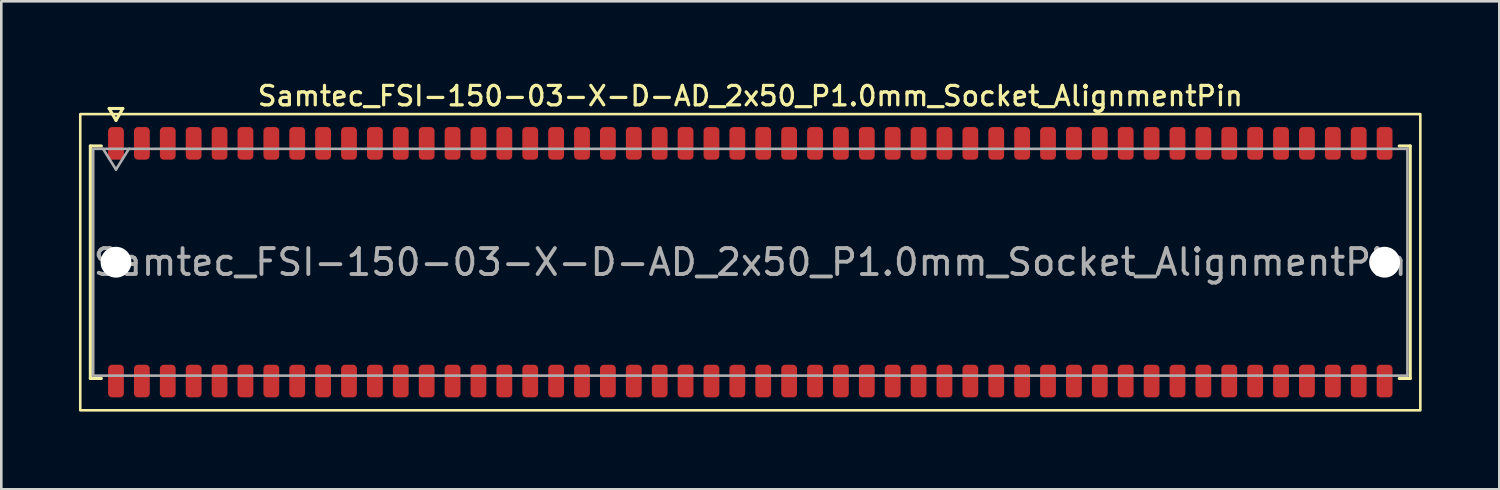
<source format=kicad_pcb>
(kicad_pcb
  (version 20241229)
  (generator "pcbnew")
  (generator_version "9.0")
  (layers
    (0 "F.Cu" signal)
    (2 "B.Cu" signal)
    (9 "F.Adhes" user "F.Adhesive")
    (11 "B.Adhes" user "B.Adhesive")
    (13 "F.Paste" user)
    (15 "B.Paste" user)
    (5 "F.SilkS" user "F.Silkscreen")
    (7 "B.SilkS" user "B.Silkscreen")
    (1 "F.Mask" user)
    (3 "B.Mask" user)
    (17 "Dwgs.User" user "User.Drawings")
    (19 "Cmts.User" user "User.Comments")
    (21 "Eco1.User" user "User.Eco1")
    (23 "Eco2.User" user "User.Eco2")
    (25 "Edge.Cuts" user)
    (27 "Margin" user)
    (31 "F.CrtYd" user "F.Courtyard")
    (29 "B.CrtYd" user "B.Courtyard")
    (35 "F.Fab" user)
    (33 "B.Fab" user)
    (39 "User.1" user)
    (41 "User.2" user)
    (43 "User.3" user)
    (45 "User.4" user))
  (footprint "Samtec_FSI-150-03-X-D-AD_2x50_P1.0mm_Socket_AlignmentPin"
    (layer "F.Cu")
    (at 25.93 7.078)
    (property "Reference" "Samtec_FSI-150-03-X-D-AD_2x50_P1.0mm_Socket_AlignmentPin" (at 0 -6.42 0) (layer "F.SilkS") (effects (font (size 0.75 0.75) (thickness 0.125))))
    (attr smd)
    (fp_line (start -25.49 -4.49) (end -25.065 -4.49) (stroke (width 0.12) (type solid)) (layer "F.SilkS"))
    (fp_line (start -25.49 4.49) (end -25.49 -4.49) (stroke (width 0.12) (type solid)) (layer "F.SilkS"))
    (fp_line (start -25.065 4.49) (end -25.49 4.49) (stroke (width 0.12) (type solid)) (layer "F.SilkS"))
    (fp_line (start -24.764 -5.938) (end -24.5 -5.48) (stroke (width 0.12) (type solid)) (layer "F.SilkS"))
    (fp_line (start -24.5 -5.48) (end -24.236 -5.938) (stroke (width 0.12) (type solid)) (layer "F.SilkS"))
    (fp_line (start -24.236 -5.938) (end -24.764 -5.938) (stroke (width 0.12) (type solid)) (layer "F.SilkS"))
    (fp_line (start 25.065 -4.49) (end 25.49 -4.49) (stroke (width 0.12) (type solid)) (layer "F.SilkS"))
    (fp_line (start 25.49 -4.49) (end 25.49 4.49) (stroke (width 0.12) (type solid)) (layer "F.SilkS"))
    (fp_line (start 25.49 4.49) (end 25.065 4.49) (stroke (width 0.12) (type solid)) (layer "F.SilkS"))
    (fp_rect (start -25.88 -5.72) (end 25.88 5.72) (stroke (width 0.1) (type solid)) (fill no) (layer "F.SilkS"))
    (fp_line (start -25.38 -4.38) (end 25.38 -4.38) (stroke (width 0.1) (type solid)) (layer "F.Fab"))
    (fp_line (start -25.38 4.38) (end -25.38 -4.38) (stroke (width 0.1) (type solid)) (layer "F.Fab"))
    (fp_line (start -25 -4.38) (end -24.5 -3.58) (stroke (width 0.1) (type solid)) (layer "F.Fab"))
    (fp_line (start -24.5 -3.58) (end -24 -4.38) (stroke (width 0.1) (type solid)) (layer "F.Fab"))
    (fp_line (start 25.38 -4.38) (end 25.38 4.38) (stroke (width 0.1) (type solid)) (layer "F.Fab"))
    (fp_line (start 25.38 4.38) (end -25.38 4.38) (stroke (width 0.1) (type solid)) (layer "F.Fab"))
    (fp_text user "${REFERENCE}" (at 0 0 0) (layer "F.Fab") (effects (font (size 1 1) (thickness 0.15))))
    (pad "" np_thru_hole circle (at -24.5 0) (size 1.19 1.19) (drill 1.19) (layers "*.Cu" "*.Mask"))
    (pad "" np_thru_hole circle (at 24.5 0) (size 1.19 1.19) (drill 1.19) (layers "*.Cu" "*.Mask"))
    (pad "1" smd roundrect (at -24.5 -4.59) (size 0.61 1.26) (layers "F.Cu" "F.Mask" "F.Paste") (roundrect_rratio 0.25))
    (pad "2" smd roundrect (at -24.5 4.59) (size 0.61 1.26) (layers "F.Cu" "F.Mask" "F.Paste") (roundrect_rratio 0.25))
    (pad "3" smd roundrect (at -23.5 -4.59) (size 0.61 1.26) (layers "F.Cu" "F.Mask" "F.Paste") (roundrect_rratio 0.25))
    (pad "4" smd roundrect (at -23.5 4.59) (size 0.61 1.26) (layers "F.Cu" "F.Mask" "F.Paste") (roundrect_rratio 0.25))
    (pad "5" smd roundrect (at -22.5 -4.59) (size 0.61 1.26) (layers "F.Cu" "F.Mask" "F.Paste") (roundrect_rratio 0.25))
    (pad "6" smd roundrect (at -22.5 4.59) (size 0.61 1.26) (layers "F.Cu" "F.Mask" "F.Paste") (roundrect_rratio 0.25))
    (pad "7" smd roundrect (at -21.5 -4.59) (size 0.61 1.26) (layers "F.Cu" "F.Mask" "F.Paste") (roundrect_rratio 0.25))
    (pad "8" smd roundrect (at -21.5 4.59) (size 0.61 1.26) (layers "F.Cu" "F.Mask" "F.Paste") (roundrect_rratio 0.25))
    (pad "9" smd roundrect (at -20.5 -4.59) (size 0.61 1.26) (layers "F.Cu" "F.Mask" "F.Paste") (roundrect_rratio 0.25))
    (pad "10" smd roundrect (at -20.5 4.59) (size 0.61 1.26) (layers "F.Cu" "F.Mask" "F.Paste") (roundrect_rratio 0.25))
    (pad "11" smd roundrect (at -19.5 -4.59) (size 0.61 1.26) (layers "F.Cu" "F.Mask" "F.Paste") (roundrect_rratio 0.25))
    (pad "12" smd roundrect (at -19.5 4.59) (size 0.61 1.26) (layers "F.Cu" "F.Mask" "F.Paste") (roundrect_rratio 0.25))
    (pad "13" smd roundrect (at -18.5 -4.59) (size 0.61 1.26) (layers "F.Cu" "F.Mask" "F.Paste") (roundrect_rratio 0.25))
    (pad "14" smd roundrect (at -18.5 4.59) (size 0.61 1.26) (layers "F.Cu" "F.Mask" "F.Paste") (roundrect_rratio 0.25))
    (pad "15" smd roundrect (at -17.5 -4.59) (size 0.61 1.26) (layers "F.Cu" "F.Mask" "F.Paste") (roundrect_rratio 0.25))
    (pad "16" smd roundrect (at -17.5 4.59) (size 0.61 1.26) (layers "F.Cu" "F.Mask" "F.Paste") (roundrect_rratio 0.25))
    (pad "17" smd roundrect (at -16.5 -4.59) (size 0.61 1.26) (layers "F.Cu" "F.Mask" "F.Paste") (roundrect_rratio 0.25))
    (pad "18" smd roundrect (at -16.5 4.59) (size 0.61 1.26) (layers "F.Cu" "F.Mask" "F.Paste") (roundrect_rratio 0.25))
    (pad "19" smd roundrect (at -15.5 -4.59) (size 0.61 1.26) (layers "F.Cu" "F.Mask" "F.Paste") (roundrect_rratio 0.25))
    (pad "20" smd roundrect (at -15.5 4.59) (size 0.61 1.26) (layers "F.Cu" "F.Mask" "F.Paste") (roundrect_rratio 0.25))
    (pad "21" smd roundrect (at -14.5 -4.59) (size 0.61 1.26) (layers "F.Cu" "F.Mask" "F.Paste") (roundrect_rratio 0.25))
    (pad "22" smd roundrect (at -14.5 4.59) (size 0.61 1.26) (layers "F.Cu" "F.Mask" "F.Paste") (roundrect_rratio 0.25))
    (pad "23" smd roundrect (at -13.5 -4.59) (size 0.61 1.26) (layers "F.Cu" "F.Mask" "F.Paste") (roundrect_rratio 0.25))
    (pad "24" smd roundrect (at -13.5 4.59) (size 0.61 1.26) (layers "F.Cu" "F.Mask" "F.Paste") (roundrect_rratio 0.25))
    (pad "25" smd roundrect (at -12.5 -4.59) (size 0.61 1.26) (layers "F.Cu" "F.Mask" "F.Paste") (roundrect_rratio 0.25))
    (pad "26" smd roundrect (at -12.5 4.59) (size 0.61 1.26) (layers "F.Cu" "F.Mask" "F.Paste") (roundrect_rratio 0.25))
    (pad "27" smd roundrect (at -11.5 -4.59) (size 0.61 1.26) (layers "F.Cu" "F.Mask" "F.Paste") (roundrect_rratio 0.25))
    (pad "28" smd roundrect (at -11.5 4.59) (size 0.61 1.26) (layers "F.Cu" "F.Mask" "F.Paste") (roundrect_rratio 0.25))
    (pad "29" smd roundrect (at -10.5 -4.59) (size 0.61 1.26) (layers "F.Cu" "F.Mask" "F.Paste") (roundrect_rratio 0.25))
    (pad "30" smd roundrect (at -10.5 4.59) (size 0.61 1.26) (layers "F.Cu" "F.Mask" "F.Paste") (roundrect_rratio 0.25))
    (pad "31" smd roundrect (at -9.5 -4.59) (size 0.61 1.26) (layers "F.Cu" "F.Mask" "F.Paste") (roundrect_rratio 0.25))
    (pad "32" smd roundrect (at -9.5 4.59) (size 0.61 1.26) (layers "F.Cu" "F.Mask" "F.Paste") (roundrect_rratio 0.25))
    (pad "33" smd roundrect (at -8.5 -4.59) (size 0.61 1.26) (layers "F.Cu" "F.Mask" "F.Paste") (roundrect_rratio 0.25))
    (pad "34" smd roundrect (at -8.5 4.59) (size 0.61 1.26) (layers "F.Cu" "F.Mask" "F.Paste") (roundrect_rratio 0.25))
    (pad "35" smd roundrect (at -7.5 -4.59) (size 0.61 1.26) (layers "F.Cu" "F.Mask" "F.Paste") (roundrect_rratio 0.25))
    (pad "36" smd roundrect (at -7.5 4.59) (size 0.61 1.26) (layers "F.Cu" "F.Mask" "F.Paste") (roundrect_rratio 0.25))
    (pad "37" smd roundrect (at -6.5 -4.59) (size 0.61 1.26) (layers "F.Cu" "F.Mask" "F.Paste") (roundrect_rratio 0.25))
    (pad "38" smd roundrect (at -6.5 4.59) (size 0.61 1.26) (layers "F.Cu" "F.Mask" "F.Paste") (roundrect_rratio 0.25))
    (pad "39" smd roundrect (at -5.5 -4.59) (size 0.61 1.26) (layers "F.Cu" "F.Mask" "F.Paste") (roundrect_rratio 0.25))
    (pad "40" smd roundrect (at -5.5 4.59) (size 0.61 1.26) (layers "F.Cu" "F.Mask" "F.Paste") (roundrect_rratio 0.25))
    (pad "41" smd roundrect (at -4.5 -4.59) (size 0.61 1.26) (layers "F.Cu" "F.Mask" "F.Paste") (roundrect_rratio 0.25))
    (pad "42" smd roundrect (at -4.5 4.59) (size 0.61 1.26) (layers "F.Cu" "F.Mask" "F.Paste") (roundrect_rratio 0.25))
    (pad "43" smd roundrect (at -3.5 -4.59) (size 0.61 1.26) (layers "F.Cu" "F.Mask" "F.Paste") (roundrect_rratio 0.25))
    (pad "44" smd roundrect (at -3.5 4.59) (size 0.61 1.26) (layers "F.Cu" "F.Mask" "F.Paste") (roundrect_rratio 0.25))
    (pad "45" smd roundrect (at -2.5 -4.59) (size 0.61 1.26) (layers "F.Cu" "F.Mask" "F.Paste") (roundrect_rratio 0.25))
    (pad "46" smd roundrect (at -2.5 4.59) (size 0.61 1.26) (layers "F.Cu" "F.Mask" "F.Paste") (roundrect_rratio 0.25))
    (pad "47" smd roundrect (at -1.5 -4.59) (size 0.61 1.26) (layers "F.Cu" "F.Mask" "F.Paste") (roundrect_rratio 0.25))
    (pad "48" smd roundrect (at -1.5 4.59) (size 0.61 1.26) (layers "F.Cu" "F.Mask" "F.Paste") (roundrect_rratio 0.25))
    (pad "49" smd roundrect (at -0.5 -4.59) (size 0.61 1.26) (layers "F.Cu" "F.Mask" "F.Paste") (roundrect_rratio 0.25))
    (pad "50" smd roundrect (at -0.5 4.59) (size 0.61 1.26) (layers "F.Cu" "F.Mask" "F.Paste") (roundrect_rratio 0.25))
    (pad "51" smd roundrect (at 0.5 -4.59) (size 0.61 1.26) (layers "F.Cu" "F.Mask" "F.Paste") (roundrect_rratio 0.25))
    (pad "52" smd roundrect (at 0.5 4.59) (size 0.61 1.26) (layers "F.Cu" "F.Mask" "F.Paste") (roundrect_rratio 0.25))
    (pad "53" smd roundrect (at 1.5 -4.59) (size 0.61 1.26) (layers "F.Cu" "F.Mask" "F.Paste") (roundrect_rratio 0.25))
    (pad "54" smd roundrect (at 1.5 4.59) (size 0.61 1.26) (layers "F.Cu" "F.Mask" "F.Paste") (roundrect_rratio 0.25))
    (pad "55" smd roundrect (at 2.5 -4.59) (size 0.61 1.26) (layers "F.Cu" "F.Mask" "F.Paste") (roundrect_rratio 0.25))
    (pad "56" smd roundrect (at 2.5 4.59) (size 0.61 1.26) (layers "F.Cu" "F.Mask" "F.Paste") (roundrect_rratio 0.25))
    (pad "57" smd roundrect (at 3.5 -4.59) (size 0.61 1.26) (layers "F.Cu" "F.Mask" "F.Paste") (roundrect_rratio 0.25))
    (pad "58" smd roundrect (at 3.5 4.59) (size 0.61 1.26) (layers "F.Cu" "F.Mask" "F.Paste") (roundrect_rratio 0.25))
    (pad "59" smd roundrect (at 4.5 -4.59) (size 0.61 1.26) (layers "F.Cu" "F.Mask" "F.Paste") (roundrect_rratio 0.25))
    (pad "60" smd roundrect (at 4.5 4.59) (size 0.61 1.26) (layers "F.Cu" "F.Mask" "F.Paste") (roundrect_rratio 0.25))
    (pad "61" smd roundrect (at 5.5 -4.59) (size 0.61 1.26) (layers "F.Cu" "F.Mask" "F.Paste") (roundrect_rratio 0.25))
    (pad "62" smd roundrect (at 5.5 4.59) (size 0.61 1.26) (layers "F.Cu" "F.Mask" "F.Paste") (roundrect_rratio 0.25))
    (pad "63" smd roundrect (at 6.5 -4.59) (size 0.61 1.26) (layers "F.Cu" "F.Mask" "F.Paste") (roundrect_rratio 0.25))
    (pad "64" smd roundrect (at 6.5 4.59) (size 0.61 1.26) (layers "F.Cu" "F.Mask" "F.Paste") (roundrect_rratio 0.25))
    (pad "65" smd roundrect (at 7.5 -4.59) (size 0.61 1.26) (layers "F.Cu" "F.Mask" "F.Paste") (roundrect_rratio 0.25))
    (pad "66" smd roundrect (at 7.5 4.59) (size 0.61 1.26) (layers "F.Cu" "F.Mask" "F.Paste") (roundrect_rratio 0.25))
    (pad "67" smd roundrect (at 8.5 -4.59) (size 0.61 1.26) (layers "F.Cu" "F.Mask" "F.Paste") (roundrect_rratio 0.25))
    (pad "68" smd roundrect (at 8.5 4.59) (size 0.61 1.26) (layers "F.Cu" "F.Mask" "F.Paste") (roundrect_rratio 0.25))
    (pad "69" smd roundrect (at 9.5 -4.59) (size 0.61 1.26) (layers "F.Cu" "F.Mask" "F.Paste") (roundrect_rratio 0.25))
    (pad "70" smd roundrect (at 9.5 4.59) (size 0.61 1.26) (layers "F.Cu" "F.Mask" "F.Paste") (roundrect_rratio 0.25))
    (pad "71" smd roundrect (at 10.5 -4.59) (size 0.61 1.26) (layers "F.Cu" "F.Mask" "F.Paste") (roundrect_rratio 0.25))
    (pad "72" smd roundrect (at 10.5 4.59) (size 0.61 1.26) (layers "F.Cu" "F.Mask" "F.Paste") (roundrect_rratio 0.25))
    (pad "73" smd roundrect (at 11.5 -4.59) (size 0.61 1.26) (layers "F.Cu" "F.Mask" "F.Paste") (roundrect_rratio 0.25))
    (pad "74" smd roundrect (at 11.5 4.59) (size 0.61 1.26) (layers "F.Cu" "F.Mask" "F.Paste") (roundrect_rratio 0.25))
    (pad "75" smd roundrect (at 12.5 -4.59) (size 0.61 1.26) (layers "F.Cu" "F.Mask" "F.Paste") (roundrect_rratio 0.25))
    (pad "76" smd roundrect (at 12.5 4.59) (size 0.61 1.26) (layers "F.Cu" "F.Mask" "F.Paste") (roundrect_rratio 0.25))
    (pad "77" smd roundrect (at 13.5 -4.59) (size 0.61 1.26) (layers "F.Cu" "F.Mask" "F.Paste") (roundrect_rratio 0.25))
    (pad "78" smd roundrect (at 13.5 4.59) (size 0.61 1.26) (layers "F.Cu" "F.Mask" "F.Paste") (roundrect_rratio 0.25))
    (pad "79" smd roundrect (at 14.5 -4.59) (size 0.61 1.26) (layers "F.Cu" "F.Mask" "F.Paste") (roundrect_rratio 0.25))
    (pad "80" smd roundrect (at 14.5 4.59) (size 0.61 1.26) (layers "F.Cu" "F.Mask" "F.Paste") (roundrect_rratio 0.25))
    (pad "81" smd roundrect (at 15.5 -4.59) (size 0.61 1.26) (layers "F.Cu" "F.Mask" "F.Paste") (roundrect_rratio 0.25))
    (pad "82" smd roundrect (at 15.5 4.59) (size 0.61 1.26) (layers "F.Cu" "F.Mask" "F.Paste") (roundrect_rratio 0.25))
    (pad "83" smd roundrect (at 16.5 -4.59) (size 0.61 1.26) (layers "F.Cu" "F.Mask" "F.Paste") (roundrect_rratio 0.25))
    (pad "84" smd roundrect (at 16.5 4.59) (size 0.61 1.26) (layers "F.Cu" "F.Mask" "F.Paste") (roundrect_rratio 0.25))
    (pad "85" smd roundrect (at 17.5 -4.59) (size 0.61 1.26) (layers "F.Cu" "F.Mask" "F.Paste") (roundrect_rratio 0.25))
    (pad "86" smd roundrect (at 17.5 4.59) (size 0.61 1.26) (layers "F.Cu" "F.Mask" "F.Paste") (roundrect_rratio 0.25))
    (pad "87" smd roundrect (at 18.5 -4.59) (size 0.61 1.26) (layers "F.Cu" "F.Mask" "F.Paste") (roundrect_rratio 0.25))
    (pad "88" smd roundrect (at 18.5 4.59) (size 0.61 1.26) (layers "F.Cu" "F.Mask" "F.Paste") (roundrect_rratio 0.25))
    (pad "89" smd roundrect (at 19.5 -4.59) (size 0.61 1.26) (layers "F.Cu" "F.Mask" "F.Paste") (roundrect_rratio 0.25))
    (pad "90" smd roundrect (at 19.5 4.59) (size 0.61 1.26) (layers "F.Cu" "F.Mask" "F.Paste") (roundrect_rratio 0.25))
    (pad "91" smd roundrect (at 20.5 -4.59) (size 0.61 1.26) (layers "F.Cu" "F.Mask" "F.Paste") (roundrect_rratio 0.25))
    (pad "92" smd roundrect (at 20.5 4.59) (size 0.61 1.26) (layers "F.Cu" "F.Mask" "F.Paste") (roundrect_rratio 0.25))
    (pad "93" smd roundrect (at 21.5 -4.59) (size 0.61 1.26) (layers "F.Cu" "F.Mask" "F.Paste") (roundrect_rratio 0.25))
    (pad "94" smd roundrect (at 21.5 4.59) (size 0.61 1.26) (layers "F.Cu" "F.Mask" "F.Paste") (roundrect_rratio 0.25))
    (pad "95" smd roundrect (at 22.5 -4.59) (size 0.61 1.26) (layers "F.Cu" "F.Mask" "F.Paste") (roundrect_rratio 0.25))
    (pad "96" smd roundrect (at 22.5 4.59) (size 0.61 1.26) (layers "F.Cu" "F.Mask" "F.Paste") (roundrect_rratio 0.25))
    (pad "97" smd roundrect (at 23.5 -4.59) (size 0.61 1.26) (layers "F.Cu" "F.Mask" "F.Paste") (roundrect_rratio 0.25))
    (pad "98" smd roundrect (at 23.5 4.59) (size 0.61 1.26) (layers "F.Cu" "F.Mask" "F.Paste") (roundrect_rratio 0.25))
    (pad "99" smd roundrect (at 24.5 -4.59) (size 0.61 1.26) (layers "F.Cu" "F.Mask" "F.Paste") (roundrect_rratio 0.25))
    (pad "100" smd roundrect (at 24.5 4.59) (size 0.61 1.26) (layers "F.Cu" "F.Mask" "F.Paste") (roundrect_rratio 0.25)))
  (gr_rect
    (start -3 -3)
    (end 54.86 15.848)
    (stroke (width 0.1) (type default))
    (fill no)
    (layer "Edge.Cuts")))
</source>
